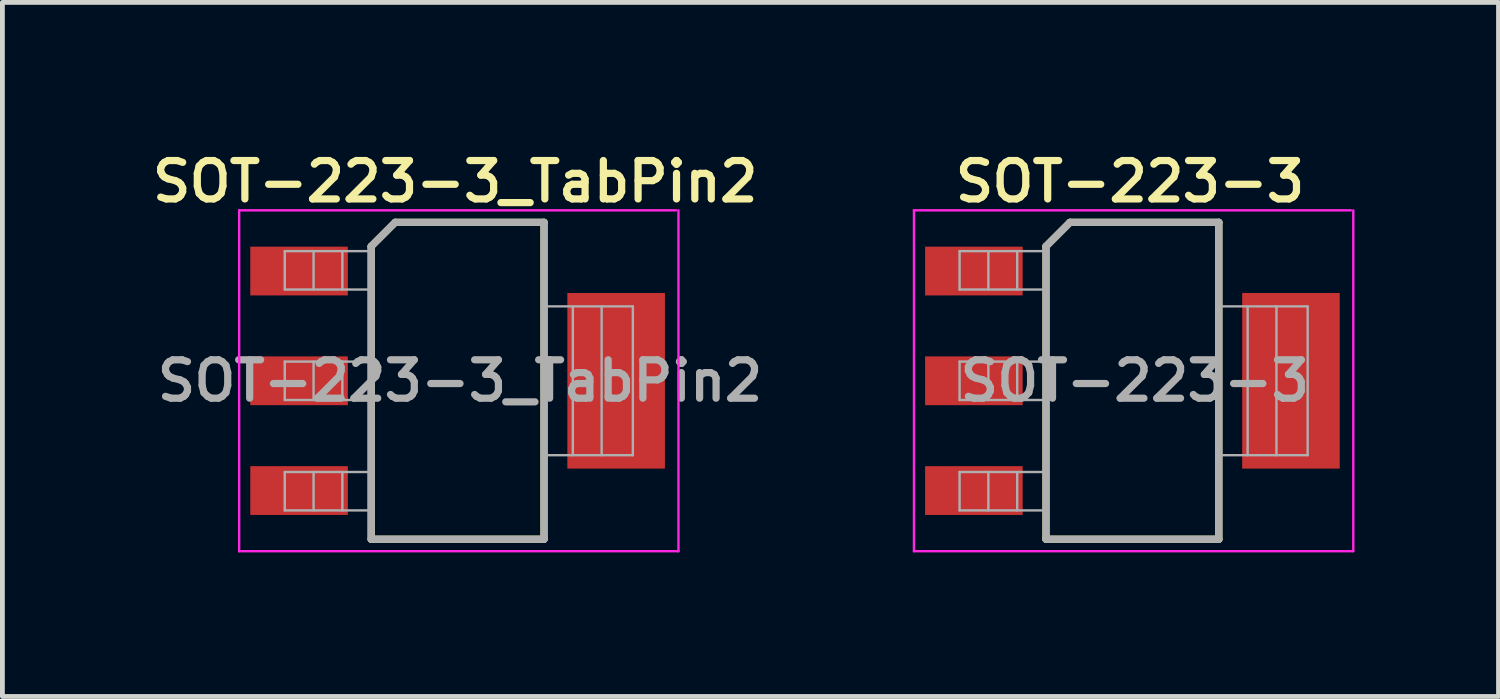
<source format=kicad_pcb>
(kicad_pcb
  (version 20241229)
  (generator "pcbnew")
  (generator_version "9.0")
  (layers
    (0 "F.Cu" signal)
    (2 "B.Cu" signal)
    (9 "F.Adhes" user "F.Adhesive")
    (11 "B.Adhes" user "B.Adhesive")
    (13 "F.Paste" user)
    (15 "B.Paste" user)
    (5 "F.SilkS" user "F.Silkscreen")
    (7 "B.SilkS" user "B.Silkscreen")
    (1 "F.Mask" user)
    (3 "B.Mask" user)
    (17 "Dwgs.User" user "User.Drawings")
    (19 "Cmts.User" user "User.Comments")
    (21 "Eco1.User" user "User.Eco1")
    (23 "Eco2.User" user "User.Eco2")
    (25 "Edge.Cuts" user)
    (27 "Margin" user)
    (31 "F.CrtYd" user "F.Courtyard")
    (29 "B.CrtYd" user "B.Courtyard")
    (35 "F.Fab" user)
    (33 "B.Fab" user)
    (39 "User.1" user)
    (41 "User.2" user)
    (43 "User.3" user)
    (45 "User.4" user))
  (footprint "SOT-223-3_TabPin2"
    (layer "F.Cu")
    (at 6.481 4.881)
    (property "Reference" "SOT-223-3_TabPin2" (at -0.05 -4.15 0) (layer "F.SilkS") (effects (font (size 0.8 0.8) (thickness 0.15))))
    (attr smd)
    (fp_line (start -1.8 -2.8) (end -1.3 -3.3) (stroke (width 0.15) (type solid)) (layer "F.SilkS"))
    (fp_line (start -1.8 3.3) (end -1.8 -2.8) (stroke (width 0.15) (type solid)) (layer "F.SilkS"))
    (fp_line (start -1.3 -3.3) (end 1.8 -3.3) (stroke (width 0.15) (type solid)) (layer "F.SilkS"))
    (fp_line (start 1.8 -3.3) (end 1.8 3.3) (stroke (width 0.15) (type solid)) (layer "F.SilkS"))
    (fp_line (start 1.8 3.3) (end -1.8 3.3) (stroke (width 0.15) (type solid)) (layer "F.SilkS"))
    (fp_line (start -4.55 -3.55) (end 4.55 -3.55) (stroke (width 0.05) (type solid)) (layer "F.CrtYd"))
    (fp_line (start -4.55 3.55) (end -4.55 -3.55) (stroke (width 0.05) (type solid)) (layer "F.CrtYd"))
    (fp_line (start 4.6 -3.55) (end 4.6 3.55) (stroke (width 0.05) (type solid)) (layer "F.CrtYd"))
    (fp_line (start 4.6 3.55) (end -4.55 3.55) (stroke (width 0.05) (type solid)) (layer "F.CrtYd"))
    (fp_line (start -3.6 -2.7) (end -3.6 -1.9) (stroke (width 0.05) (type solid)) (layer "F.Fab"))
    (fp_line (start -3.6 -1.9) (end -1.8 -1.9) (stroke (width 0.05) (type solid)) (layer "F.Fab"))
    (fp_line (start -3.6 -0.4) (end -3.6 0.4) (stroke (width 0.05) (type solid)) (layer "F.Fab"))
    (fp_line (start -3.6 0.4) (end -1.8 0.4) (stroke (width 0.05) (type solid)) (layer "F.Fab"))
    (fp_line (start -3.6 1.9) (end -3.6 2.7) (stroke (width 0.05) (type solid)) (layer "F.Fab"))
    (fp_line (start -3.6 2.7) (end -1.8 2.7) (stroke (width 0.05) (type solid)) (layer "F.Fab"))
    (fp_line (start -3 -2.7) (end -3 -1.9) (stroke (width 0.05) (type solid)) (layer "F.Fab"))
    (fp_line (start -3 -0.4) (end -3 0.4) (stroke (width 0.05) (type solid)) (layer "F.Fab"))
    (fp_line (start -3 1.9) (end -3 2.7) (stroke (width 0.05) (type solid)) (layer "F.Fab"))
    (fp_line (start -2.4 -2.7) (end -2.4 -1.9) (stroke (width 0.05) (type solid)) (layer "F.Fab"))
    (fp_line (start -2.4 -0.4) (end -2.4 0.4) (stroke (width 0.05) (type solid)) (layer "F.Fab"))
    (fp_line (start -2.4 1.9) (end -2.4 2.7) (stroke (width 0.05) (type solid)) (layer "F.Fab"))
    (fp_line (start -1.8 -2.8) (end -1.3 -3.3) (stroke (width 0.15) (type solid)) (layer "F.Fab"))
    (fp_line (start -1.8 -2.7) (end -3.6 -2.7) (stroke (width 0.05) (type solid)) (layer "F.Fab"))
    (fp_line (start -1.8 -0.4) (end -3.6 -0.4) (stroke (width 0.05) (type solid)) (layer "F.Fab"))
    (fp_line (start -1.8 1.9) (end -3.6 1.9) (stroke (width 0.05) (type solid)) (layer "F.Fab"))
    (fp_line (start -1.8 3.3) (end -1.8 -2.8) (stroke (width 0.15) (type solid)) (layer "F.Fab"))
    (fp_line (start -1.3 -3.3) (end 1.8 -3.3) (stroke (width 0.15) (type solid)) (layer "F.Fab"))
    (fp_line (start 1.8 -3.3) (end 1.8 3.3) (stroke (width 0.15) (type solid)) (layer "F.Fab"))
    (fp_line (start 1.8 3.3) (end -1.8 3.3) (stroke (width 0.15) (type solid)) (layer "F.Fab"))
    (fp_line (start 1.85 -1.55) (end 3.65 -1.55) (stroke (width 0.05) (type solid)) (layer "F.Fab"))
    (fp_line (start 2.4 -1.55) (end 2.4 1.55) (stroke (width 0.05) (type solid)) (layer "F.Fab"))
    (fp_line (start 3 -1.55) (end 3 1.55) (stroke (width 0.05) (type solid)) (layer "F.Fab"))
    (fp_line (start 3.65 -1.55) (end 3.65 1.55) (stroke (width 0.05) (type solid)) (layer "F.Fab"))
    (fp_line (start 3.65 1.55) (end 1.85 1.55) (stroke (width 0.05) (type solid)) (layer "F.Fab"))
    (fp_text user "${REFERENCE}" (at 0.05 0 0) (layer "F.Fab") (effects (font (size 0.8 0.8) (thickness 0.15))))
    (pad "1" smd rect (at -3.302 -2.286 270) (size 1.016 2.032) (layers "F.Cu" "F.Mask" "F.Paste"))
    (pad "2" smd rect (at -3.302 0 270) (size 1.016 2.032) (layers "F.Cu" "F.Mask" "F.Paste"))
    (pad "2" smd rect (at 3.302 0 270) (size 3.658 2.032) (layers "F.Cu" "F.Mask" "F.Paste"))
    (pad "3" smd rect (at -3.302 2.286 270) (size 1.016 2.032) (layers "F.Cu" "F.Mask" "F.Paste")))
  (footprint "SOT-223-3"
    (layer "F.Cu")
    (at 20.536 4.881)
    (property "Reference" "SOT-223-3" (at -0.05 -4.15 0) (layer "F.SilkS") (effects (font (size 0.8 0.8) (thickness 0.15))))
    (attr smd)
    (fp_line (start -1.8 -2.8) (end -1.3 -3.3) (stroke (width 0.15) (type solid)) (layer "F.SilkS"))
    (fp_line (start -1.8 3.3) (end -1.8 -2.8) (stroke (width 0.15) (type solid)) (layer "F.SilkS"))
    (fp_line (start -1.3 -3.3) (end 1.8 -3.3) (stroke (width 0.15) (type solid)) (layer "F.SilkS"))
    (fp_line (start 1.8 -3.3) (end 1.8 3.3) (stroke (width 0.15) (type solid)) (layer "F.SilkS"))
    (fp_line (start 1.8 3.3) (end -1.8 3.3) (stroke (width 0.15) (type solid)) (layer "F.SilkS"))
    (fp_line (start -4.55 -3.55) (end 4.55 -3.55) (stroke (width 0.05) (type solid)) (layer "F.CrtYd"))
    (fp_line (start -4.55 3.55) (end -4.55 -3.55) (stroke (width 0.05) (type solid)) (layer "F.CrtYd"))
    (fp_line (start 4.6 -3.55) (end 4.6 3.55) (stroke (width 0.05) (type solid)) (layer "F.CrtYd"))
    (fp_line (start 4.6 3.55) (end -4.55 3.55) (stroke (width 0.05) (type solid)) (layer "F.CrtYd"))
    (fp_line (start -3.6 -2.7) (end -3.6 -1.9) (stroke (width 0.05) (type solid)) (layer "F.Fab"))
    (fp_line (start -3.6 -1.9) (end -1.8 -1.9) (stroke (width 0.05) (type solid)) (layer "F.Fab"))
    (fp_line (start -3.6 -0.4) (end -3.6 0.4) (stroke (width 0.05) (type solid)) (layer "F.Fab"))
    (fp_line (start -3.6 0.4) (end -1.8 0.4) (stroke (width 0.05) (type solid)) (layer "F.Fab"))
    (fp_line (start -3.6 1.9) (end -3.6 2.7) (stroke (width 0.05) (type solid)) (layer "F.Fab"))
    (fp_line (start -3.6 2.7) (end -1.8 2.7) (stroke (width 0.05) (type solid)) (layer "F.Fab"))
    (fp_line (start -3 -2.7) (end -3 -1.9) (stroke (width 0.05) (type solid)) (layer "F.Fab"))
    (fp_line (start -3 -0.4) (end -3 0.4) (stroke (width 0.05) (type solid)) (layer "F.Fab"))
    (fp_line (start -3 1.9) (end -3 2.7) (stroke (width 0.05) (type solid)) (layer "F.Fab"))
    (fp_line (start -2.4 -2.7) (end -2.4 -1.9) (stroke (width 0.05) (type solid)) (layer "F.Fab"))
    (fp_line (start -2.4 -0.4) (end -2.4 0.4) (stroke (width 0.05) (type solid)) (layer "F.Fab"))
    (fp_line (start -2.4 1.9) (end -2.4 2.7) (stroke (width 0.05) (type solid)) (layer "F.Fab"))
    (fp_line (start -1.8 -2.8) (end -1.3 -3.3) (stroke (width 0.15) (type solid)) (layer "F.Fab"))
    (fp_line (start -1.8 -2.7) (end -3.6 -2.7) (stroke (width 0.05) (type solid)) (layer "F.Fab"))
    (fp_line (start -1.8 -0.4) (end -3.6 -0.4) (stroke (width 0.05) (type solid)) (layer "F.Fab"))
    (fp_line (start -1.8 1.9) (end -3.6 1.9) (stroke (width 0.05) (type solid)) (layer "F.Fab"))
    (fp_line (start -1.8 3.3) (end -1.8 -2.8) (stroke (width 0.15) (type solid)) (layer "F.Fab"))
    (fp_line (start -1.3 -3.3) (end 1.8 -3.3) (stroke (width 0.15) (type solid)) (layer "F.Fab"))
    (fp_line (start 1.8 -3.3) (end 1.8 3.3) (stroke (width 0.15) (type solid)) (layer "F.Fab"))
    (fp_line (start 1.8 3.3) (end -1.8 3.3) (stroke (width 0.15) (type solid)) (layer "F.Fab"))
    (fp_line (start 1.85 -1.55) (end 3.65 -1.55) (stroke (width 0.05) (type solid)) (layer "F.Fab"))
    (fp_line (start 2.4 -1.55) (end 2.4 1.55) (stroke (width 0.05) (type solid)) (layer "F.Fab"))
    (fp_line (start 3 -1.55) (end 3 1.55) (stroke (width 0.05) (type solid)) (layer "F.Fab"))
    (fp_line (start 3.65 -1.55) (end 3.65 1.55) (stroke (width 0.05) (type solid)) (layer "F.Fab"))
    (fp_line (start 3.65 1.55) (end 1.85 1.55) (stroke (width 0.05) (type solid)) (layer "F.Fab"))
    (fp_text user "${REFERENCE}" (at 0.05 0 0) (layer "F.Fab") (effects (font (size 0.8 0.8) (thickness 0.15))))
    (pad "1" smd rect (at -3.302 -2.286 270) (size 1.016 2.032) (layers "F.Cu" "F.Mask" "F.Paste"))
    (pad "2" smd rect (at -3.302 0 270) (size 1.016 2.032) (layers "F.Cu" "F.Mask" "F.Paste"))
    (pad "3" smd rect (at -3.302 2.286 270) (size 1.016 2.032) (layers "F.Cu" "F.Mask" "F.Paste"))
    (pad "4" smd rect (at 3.302 0 270) (size 3.658 2.032) (layers "F.Cu" "F.Mask" "F.Paste")))
  (gr_rect
    (start -3 -3)
    (end 28.161 11.456)
    (stroke (width 0.1) (type default))
    (fill no)
    (layer "Edge.Cuts")))
</source>
